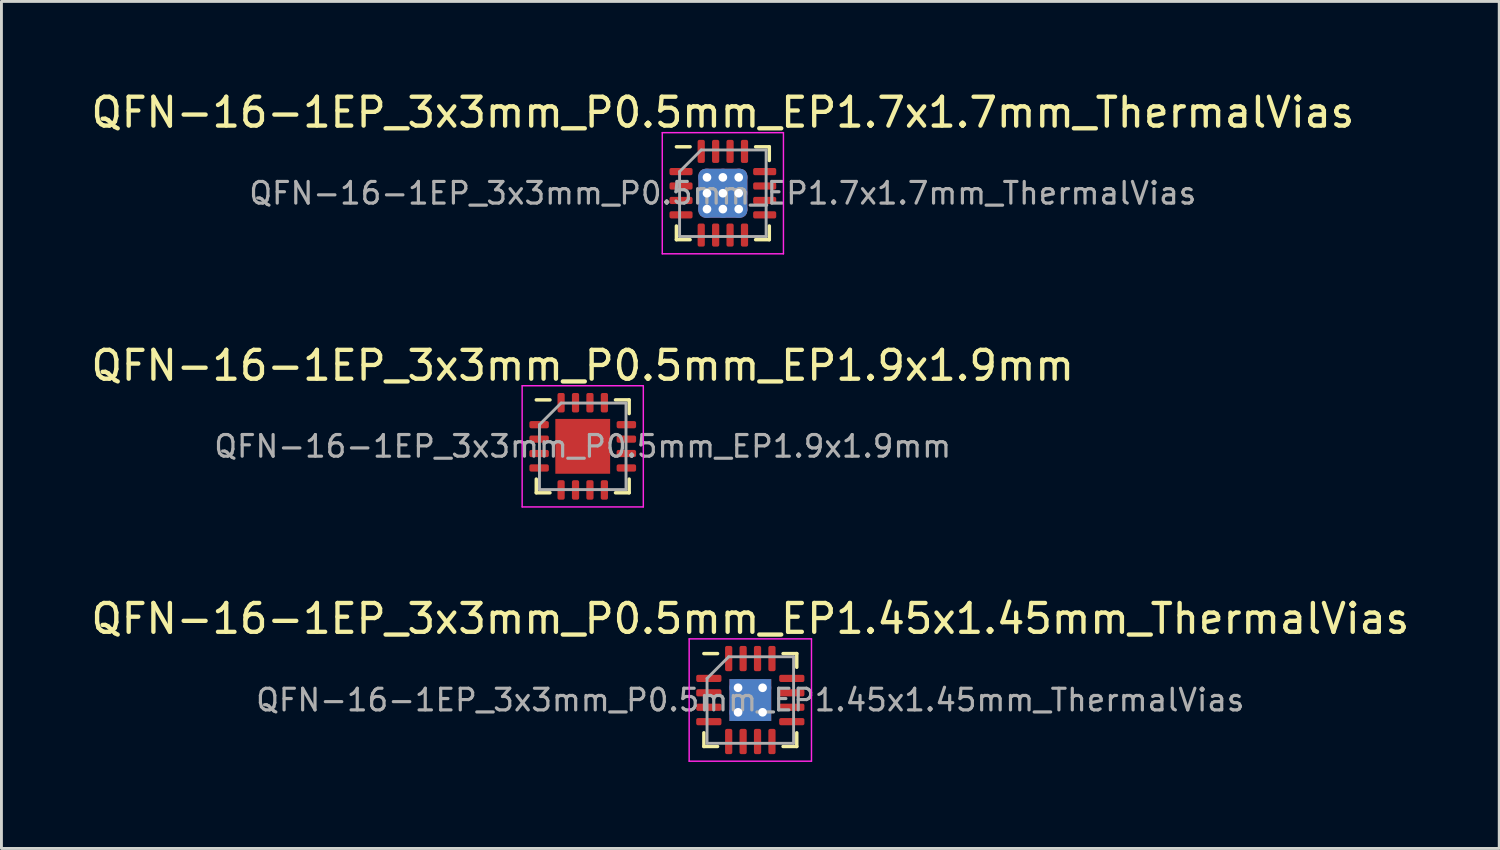
<source format=kicad_pcb>
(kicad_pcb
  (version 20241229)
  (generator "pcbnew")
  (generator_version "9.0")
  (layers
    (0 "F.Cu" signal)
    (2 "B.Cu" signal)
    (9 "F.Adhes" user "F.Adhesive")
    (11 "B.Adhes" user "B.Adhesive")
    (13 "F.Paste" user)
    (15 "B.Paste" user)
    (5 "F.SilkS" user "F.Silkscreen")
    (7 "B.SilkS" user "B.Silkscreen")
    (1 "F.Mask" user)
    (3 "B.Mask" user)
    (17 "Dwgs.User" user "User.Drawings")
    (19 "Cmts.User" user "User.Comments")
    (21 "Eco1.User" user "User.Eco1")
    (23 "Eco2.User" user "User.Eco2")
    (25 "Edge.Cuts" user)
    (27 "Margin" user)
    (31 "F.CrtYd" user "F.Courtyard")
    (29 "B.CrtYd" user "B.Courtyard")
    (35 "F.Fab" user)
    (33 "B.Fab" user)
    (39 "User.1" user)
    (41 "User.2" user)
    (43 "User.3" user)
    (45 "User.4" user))
  (footprint "QFN-16-1EP_3x3mm_P0.5mm_EP1.7x1.7mm_ThermalVias"
    (layer "F.Cu")
    (at 22.006 3.648)
    (property "Reference" "QFN-16-1EP_3x3mm_P0.5mm_EP1.7x1.7mm_ThermalVias" (at 0 -2.8 0) (layer "F.SilkS") (effects (font (size 1 1) (thickness 0.15))))
    (attr smd)
    (fp_line (start -1.61 1.61) (end -1.61 1.135) (stroke (width 0.12) (type solid)) (layer "F.SilkS"))
    (fp_line (start -1.135 -1.61) (end -1.61 -1.61) (stroke (width 0.12) (type solid)) (layer "F.SilkS"))
    (fp_line (start -1.135 1.61) (end -1.61 1.61) (stroke (width 0.12) (type solid)) (layer "F.SilkS"))
    (fp_line (start 1.135 -1.61) (end 1.61 -1.61) (stroke (width 0.12) (type solid)) (layer "F.SilkS"))
    (fp_line (start 1.135 1.61) (end 1.61 1.61) (stroke (width 0.12) (type solid)) (layer "F.SilkS"))
    (fp_line (start 1.61 -1.61) (end 1.61 -1.135) (stroke (width 0.12) (type solid)) (layer "F.SilkS"))
    (fp_line (start 1.61 1.61) (end 1.61 1.135) (stroke (width 0.12) (type solid)) (layer "F.SilkS"))
    (fp_line (start -2.1 -2.1) (end -2.1 2.1) (stroke (width 0.05) (type solid)) (layer "F.CrtYd"))
    (fp_line (start -2.1 2.1) (end 2.1 2.1) (stroke (width 0.05) (type solid)) (layer "F.CrtYd"))
    (fp_line (start 2.1 -2.1) (end -2.1 -2.1) (stroke (width 0.05) (type solid)) (layer "F.CrtYd"))
    (fp_line (start 2.1 2.1) (end 2.1 -2.1) (stroke (width 0.05) (type solid)) (layer "F.CrtYd"))
    (fp_line (start -1.5 -0.75) (end -0.75 -1.5) (stroke (width 0.1) (type solid)) (layer "F.Fab"))
    (fp_line (start -1.5 1.5) (end -1.5 -0.75) (stroke (width 0.1) (type solid)) (layer "F.Fab"))
    (fp_line (start -0.75 -1.5) (end 1.5 -1.5) (stroke (width 0.1) (type solid)) (layer "F.Fab"))
    (fp_line (start 1.5 -1.5) (end 1.5 1.5) (stroke (width 0.1) (type solid)) (layer "F.Fab"))
    (fp_line (start 1.5 1.5) (end -1.5 1.5) (stroke (width 0.1) (type solid)) (layer "F.Fab"))
    (fp_text user "${REFERENCE}" (at 0 0 0) (layer "F.Fab") (effects (font (size 0.75 0.75) (thickness 0.11))))
    (pad "" smd roundrect (at -0.425 -0.425) (size 0.74 0.74) (layers "F.Paste") (roundrect_rratio 0.25))
    (pad "" smd roundrect (at -0.425 0.425) (size 0.74 0.74) (layers "F.Paste") (roundrect_rratio 0.25))
    (pad "" smd roundrect (at 0.425 -0.425) (size 0.74 0.74) (layers "F.Paste") (roundrect_rratio 0.25))
    (pad "" smd roundrect (at 0.425 0.425) (size 0.74 0.74) (layers "F.Paste") (roundrect_rratio 0.25))
    (pad "1" smd roundrect (at -1.45 -0.75) (size 0.8 0.25) (layers "F.Cu" "F.Mask" "F.Paste") (roundrect_rratio 0.25))
    (pad "2" smd roundrect (at -1.45 -0.25) (size 0.8 0.25) (layers "F.Cu" "F.Mask" "F.Paste") (roundrect_rratio 0.25))
    (pad "3" smd roundrect (at -1.45 0.25) (size 0.8 0.25) (layers "F.Cu" "F.Mask" "F.Paste") (roundrect_rratio 0.25))
    (pad "4" smd roundrect (at -1.45 0.75) (size 0.8 0.25) (layers "F.Cu" "F.Mask" "F.Paste") (roundrect_rratio 0.25))
    (pad "5" smd roundrect (at -0.75 1.45) (size 0.25 0.8) (layers "F.Cu" "F.Mask" "F.Paste") (roundrect_rratio 0.25))
    (pad "6" smd roundrect (at -0.25 1.45) (size 0.25 0.8) (layers "F.Cu" "F.Mask" "F.Paste") (roundrect_rratio 0.25))
    (pad "7" smd roundrect (at 0.25 1.45) (size 0.25 0.8) (layers "F.Cu" "F.Mask" "F.Paste") (roundrect_rratio 0.25))
    (pad "8" smd roundrect (at 0.75 1.45) (size 0.25 0.8) (layers "F.Cu" "F.Mask" "F.Paste") (roundrect_rratio 0.25))
    (pad "9" smd roundrect (at 1.45 0.75) (size 0.8 0.25) (layers "F.Cu" "F.Mask" "F.Paste") (roundrect_rratio 0.25))
    (pad "10" smd roundrect (at 1.45 0.25) (size 0.8 0.25) (layers "F.Cu" "F.Mask" "F.Paste") (roundrect_rratio 0.25))
    (pad "11" smd roundrect (at 1.45 -0.25) (size 0.8 0.25) (layers "F.Cu" "F.Mask" "F.Paste") (roundrect_rratio 0.25))
    (pad "12" smd roundrect (at 1.45 -0.75) (size 0.8 0.25) (layers "F.Cu" "F.Mask" "F.Paste") (roundrect_rratio 0.25))
    (pad "13" smd roundrect (at 0.75 -1.45) (size 0.25 0.8) (layers "F.Cu" "F.Mask" "F.Paste") (roundrect_rratio 0.25))
    (pad "14" smd roundrect (at 0.25 -1.45) (size 0.25 0.8) (layers "F.Cu" "F.Mask" "F.Paste") (roundrect_rratio 0.25))
    (pad "15" smd roundrect (at -0.25 -1.45) (size 0.25 0.8) (layers "F.Cu" "F.Mask" "F.Paste") (roundrect_rratio 0.25))
    (pad "16" smd roundrect (at -0.75 -1.45) (size 0.25 0.8) (layers "F.Cu" "F.Mask" "F.Paste") (roundrect_rratio 0.25))
    (pad "17" thru_hole circle (at -0.55 -0.55) (size 0.6 0.6) (drill 0.3) (layers "*.Cu"))
    (pad "17" thru_hole circle (at -0.55 0) (size 0.6 0.6) (drill 0.3) (layers "*.Cu"))
    (pad "17" thru_hole circle (at -0.55 0.55) (size 0.6 0.6) (drill 0.3) (layers "*.Cu"))
    (pad "17" thru_hole circle (at 0 -0.55) (size 0.6 0.6) (drill 0.3) (layers "*.Cu"))
    (pad "17" thru_hole circle (at 0 0) (size 0.6 0.6) (drill 0.3) (layers "*.Cu"))
    (pad "17" smd roundrect (at 0 0) (size 1.7 1.7) (layers "F.Cu" "F.Mask") (roundrect_rratio 0.147))
    (pad "17" smd roundrect (at 0 0) (size 1.7 1.7) (layers "B.Cu") (roundrect_rratio 0.147))
    (pad "17" thru_hole circle (at 0 0.55) (size 0.6 0.6) (drill 0.3) (layers "*.Cu"))
    (pad "17" thru_hole circle (at 0.55 -0.55) (size 0.6 0.6) (drill 0.3) (layers "*.Cu"))
    (pad "17" thru_hole circle (at 0.55 0) (size 0.6 0.6) (drill 0.3) (layers "*.Cu"))
    (pad "17" thru_hole circle (at 0.55 0.55) (size 0.6 0.6) (drill 0.3) (layers "*.Cu")))
  (footprint "QFN-16-1EP_3x3mm_P0.5mm_EP1.45x1.45mm_ThermalVias"
    (layer "F.Cu")
    (at 22.958 21.215)
    (property "Reference" "QFN-16-1EP_3x3mm_P0.5mm_EP1.45x1.45mm_ThermalVias" (at 0 -2.82 0) (layer "F.SilkS") (effects (font (size 1 1) (thickness 0.15))))
    (attr smd)
    (fp_line (start -1.61 1.61) (end -1.61 1.135) (stroke (width 0.12) (type solid)) (layer "F.SilkS"))
    (fp_line (start -1.135 -1.61) (end -1.61 -1.61) (stroke (width 0.12) (type solid)) (layer "F.SilkS"))
    (fp_line (start -1.135 1.61) (end -1.61 1.61) (stroke (width 0.12) (type solid)) (layer "F.SilkS"))
    (fp_line (start 1.135 -1.61) (end 1.61 -1.61) (stroke (width 0.12) (type solid)) (layer "F.SilkS"))
    (fp_line (start 1.135 1.61) (end 1.61 1.61) (stroke (width 0.12) (type solid)) (layer "F.SilkS"))
    (fp_line (start 1.61 -1.61) (end 1.61 -1.135) (stroke (width 0.12) (type solid)) (layer "F.SilkS"))
    (fp_line (start 1.61 1.61) (end 1.61 1.135) (stroke (width 0.12) (type solid)) (layer "F.SilkS"))
    (fp_line (start -2.12 -2.12) (end -2.12 2.12) (stroke (width 0.05) (type solid)) (layer "F.CrtYd"))
    (fp_line (start -2.12 2.12) (end 2.12 2.12) (stroke (width 0.05) (type solid)) (layer "F.CrtYd"))
    (fp_line (start 2.12 -2.12) (end -2.12 -2.12) (stroke (width 0.05) (type solid)) (layer "F.CrtYd"))
    (fp_line (start 2.12 2.12) (end 2.12 -2.12) (stroke (width 0.05) (type solid)) (layer "F.CrtYd"))
    (fp_line (start -1.5 -0.75) (end -0.75 -1.5) (stroke (width 0.1) (type solid)) (layer "F.Fab"))
    (fp_line (start -1.5 1.5) (end -1.5 -0.75) (stroke (width 0.1) (type solid)) (layer "F.Fab"))
    (fp_line (start -0.75 -1.5) (end 1.5 -1.5) (stroke (width 0.1) (type solid)) (layer "F.Fab"))
    (fp_line (start 1.5 -1.5) (end 1.5 1.5) (stroke (width 0.1) (type solid)) (layer "F.Fab"))
    (fp_line (start 1.5 1.5) (end -1.5 1.5) (stroke (width 0.1) (type solid)) (layer "F.Fab"))
    (fp_text user "${REFERENCE}" (at 0 0 0) (layer "F.Fab") (effects (font (size 0.75 0.75) (thickness 0.11))))
    (pad "" smd roundrect (at -0.36 -0.36) (size 0.63 0.63) (layers "F.Paste") (roundrect_rratio 0.25))
    (pad "" smd roundrect (at -0.36 0.36) (size 0.63 0.63) (layers "F.Paste") (roundrect_rratio 0.25))
    (pad "" smd roundrect (at 0.36 -0.36) (size 0.63 0.63) (layers "F.Paste") (roundrect_rratio 0.25))
    (pad "" smd roundrect (at 0.36 0.36) (size 0.63 0.63) (layers "F.Paste") (roundrect_rratio 0.25))
    (pad "1" smd roundrect (at -1.438 -0.75) (size 0.875 0.25) (layers "F.Cu" "F.Mask" "F.Paste") (roundrect_rratio 0.25))
    (pad "2" smd roundrect (at -1.438 -0.25) (size 0.875 0.25) (layers "F.Cu" "F.Mask" "F.Paste") (roundrect_rratio 0.25))
    (pad "3" smd roundrect (at -1.438 0.25) (size 0.875 0.25) (layers "F.Cu" "F.Mask" "F.Paste") (roundrect_rratio 0.25))
    (pad "4" smd roundrect (at -1.438 0.75) (size 0.875 0.25) (layers "F.Cu" "F.Mask" "F.Paste") (roundrect_rratio 0.25))
    (pad "5" smd roundrect (at -0.75 1.438) (size 0.25 0.875) (layers "F.Cu" "F.Mask" "F.Paste") (roundrect_rratio 0.25))
    (pad "6" smd roundrect (at -0.25 1.438) (size 0.25 0.875) (layers "F.Cu" "F.Mask" "F.Paste") (roundrect_rratio 0.25))
    (pad "7" smd roundrect (at 0.25 1.438) (size 0.25 0.875) (layers "F.Cu" "F.Mask" "F.Paste") (roundrect_rratio 0.25))
    (pad "8" smd roundrect (at 0.75 1.438) (size 0.25 0.875) (layers "F.Cu" "F.Mask" "F.Paste") (roundrect_rratio 0.25))
    (pad "9" smd roundrect (at 1.438 0.75) (size 0.875 0.25) (layers "F.Cu" "F.Mask" "F.Paste") (roundrect_rratio 0.25))
    (pad "10" smd roundrect (at 1.438 0.25) (size 0.875 0.25) (layers "F.Cu" "F.Mask" "F.Paste") (roundrect_rratio 0.25))
    (pad "11" smd roundrect (at 1.438 -0.25) (size 0.875 0.25) (layers "F.Cu" "F.Mask" "F.Paste") (roundrect_rratio 0.25))
    (pad "12" smd roundrect (at 1.438 -0.75) (size 0.875 0.25) (layers "F.Cu" "F.Mask" "F.Paste") (roundrect_rratio 0.25))
    (pad "13" smd roundrect (at 0.75 -1.438) (size 0.25 0.875) (layers "F.Cu" "F.Mask" "F.Paste") (roundrect_rratio 0.25))
    (pad "14" smd roundrect (at 0.25 -1.438) (size 0.25 0.875) (layers "F.Cu" "F.Mask" "F.Paste") (roundrect_rratio 0.25))
    (pad "15" smd roundrect (at -0.25 -1.438) (size 0.25 0.875) (layers "F.Cu" "F.Mask" "F.Paste") (roundrect_rratio 0.25))
    (pad "16" smd roundrect (at -0.75 -1.438) (size 0.25 0.875) (layers "F.Cu" "F.Mask" "F.Paste") (roundrect_rratio 0.25))
    (pad "17" thru_hole circle (at -0.425 -0.425) (size 0.6 0.6) (drill 0.3) (layers "*.Cu"))
    (pad "17" thru_hole circle (at -0.425 0.425) (size 0.6 0.6) (drill 0.3) (layers "*.Cu"))
    (pad "17" smd rect (at 0 0) (size 1.45 1.45) (layers "F.Cu" "F.Mask"))
    (pad "17" smd rect (at 0 0) (size 1.45 1.45) (layers "B.Cu"))
    (pad "17" thru_hole circle (at 0.425 -0.425) (size 0.6 0.6) (drill 0.3) (layers "*.Cu"))
    (pad "17" thru_hole circle (at 0.425 0.425) (size 0.6 0.6) (drill 0.3) (layers "*.Cu")))
  (footprint "QFN-16-1EP_3x3mm_P0.5mm_EP1.9x1.9mm"
    (layer "F.Cu")
    (at 17.149 12.421)
    (property "Reference" "QFN-16-1EP_3x3mm_P0.5mm_EP1.9x1.9mm" (at 0 -2.8 0) (layer "F.SilkS") (effects (font (size 1 1) (thickness 0.15))))
    (attr smd)
    (fp_line (start -1.61 1.61) (end -1.61 1.135) (stroke (width 0.12) (type solid)) (layer "F.SilkS"))
    (fp_line (start -1.135 -1.61) (end -1.61 -1.61) (stroke (width 0.12) (type solid)) (layer "F.SilkS"))
    (fp_line (start -1.135 1.61) (end -1.61 1.61) (stroke (width 0.12) (type solid)) (layer "F.SilkS"))
    (fp_line (start 1.135 -1.61) (end 1.61 -1.61) (stroke (width 0.12) (type solid)) (layer "F.SilkS"))
    (fp_line (start 1.135 1.61) (end 1.61 1.61) (stroke (width 0.12) (type solid)) (layer "F.SilkS"))
    (fp_line (start 1.61 -1.61) (end 1.61 -1.135) (stroke (width 0.12) (type solid)) (layer "F.SilkS"))
    (fp_line (start 1.61 1.61) (end 1.61 1.135) (stroke (width 0.12) (type solid)) (layer "F.SilkS"))
    (fp_line (start -2.1 -2.1) (end -2.1 2.1) (stroke (width 0.05) (type solid)) (layer "F.CrtYd"))
    (fp_line (start -2.1 2.1) (end 2.1 2.1) (stroke (width 0.05) (type solid)) (layer "F.CrtYd"))
    (fp_line (start 2.1 -2.1) (end -2.1 -2.1) (stroke (width 0.05) (type solid)) (layer "F.CrtYd"))
    (fp_line (start 2.1 2.1) (end 2.1 -2.1) (stroke (width 0.05) (type solid)) (layer "F.CrtYd"))
    (fp_line (start -1.5 -0.75) (end -0.75 -1.5) (stroke (width 0.1) (type solid)) (layer "F.Fab"))
    (fp_line (start -1.5 1.5) (end -1.5 -0.75) (stroke (width 0.1) (type solid)) (layer "F.Fab"))
    (fp_line (start -0.75 -1.5) (end 1.5 -1.5) (stroke (width 0.1) (type solid)) (layer "F.Fab"))
    (fp_line (start 1.5 -1.5) (end 1.5 1.5) (stroke (width 0.1) (type solid)) (layer "F.Fab"))
    (fp_line (start 1.5 1.5) (end -1.5 1.5) (stroke (width 0.1) (type solid)) (layer "F.Fab"))
    (fp_text user "${REFERENCE}" (at 0 0 0) (layer "F.Fab") (effects (font (size 0.75 0.75) (thickness 0.11))))
    (pad "" smd roundrect (at -0.475 -0.475) (size 0.77 0.77) (layers "F.Paste") (roundrect_rratio 0.25))
    (pad "" smd roundrect (at -0.475 0.475) (size 0.77 0.77) (layers "F.Paste") (roundrect_rratio 0.25))
    (pad "" smd roundrect (at 0.475 -0.475) (size 0.77 0.77) (layers "F.Paste") (roundrect_rratio 0.25))
    (pad "" smd roundrect (at 0.475 0.475) (size 0.77 0.77) (layers "F.Paste") (roundrect_rratio 0.25))
    (pad "1" smd roundrect (at -1.512 -0.75) (size 0.675 0.25) (layers "F.Cu" "F.Mask" "F.Paste") (roundrect_rratio 0.25))
    (pad "2" smd roundrect (at -1.512 -0.25) (size 0.675 0.25) (layers "F.Cu" "F.Mask" "F.Paste") (roundrect_rratio 0.25))
    (pad "3" smd roundrect (at -1.512 0.25) (size 0.675 0.25) (layers "F.Cu" "F.Mask" "F.Paste") (roundrect_rratio 0.25))
    (pad "4" smd roundrect (at -1.512 0.75) (size 0.675 0.25) (layers "F.Cu" "F.Mask" "F.Paste") (roundrect_rratio 0.25))
    (pad "5" smd roundrect (at -0.75 1.512) (size 0.25 0.675) (layers "F.Cu" "F.Mask" "F.Paste") (roundrect_rratio 0.25))
    (pad "6" smd roundrect (at -0.25 1.512) (size 0.25 0.675) (layers "F.Cu" "F.Mask" "F.Paste") (roundrect_rratio 0.25))
    (pad "7" smd roundrect (at 0.25 1.512) (size 0.25 0.675) (layers "F.Cu" "F.Mask" "F.Paste") (roundrect_rratio 0.25))
    (pad "8" smd roundrect (at 0.75 1.512) (size 0.25 0.675) (layers "F.Cu" "F.Mask" "F.Paste") (roundrect_rratio 0.25))
    (pad "9" smd roundrect (at 1.512 0.75) (size 0.675 0.25) (layers "F.Cu" "F.Mask" "F.Paste") (roundrect_rratio 0.25))
    (pad "10" smd roundrect (at 1.512 0.25) (size 0.675 0.25) (layers "F.Cu" "F.Mask" "F.Paste") (roundrect_rratio 0.25))
    (pad "11" smd roundrect (at 1.512 -0.25) (size 0.675 0.25) (layers "F.Cu" "F.Mask" "F.Paste") (roundrect_rratio 0.25))
    (pad "12" smd roundrect (at 1.512 -0.75) (size 0.675 0.25) (layers "F.Cu" "F.Mask" "F.Paste") (roundrect_rratio 0.25))
    (pad "13" smd roundrect (at 0.75 -1.512) (size 0.25 0.675) (layers "F.Cu" "F.Mask" "F.Paste") (roundrect_rratio 0.25))
    (pad "14" smd roundrect (at 0.25 -1.512) (size 0.25 0.675) (layers "F.Cu" "F.Mask" "F.Paste") (roundrect_rratio 0.25))
    (pad "15" smd roundrect (at -0.25 -1.512) (size 0.25 0.675) (layers "F.Cu" "F.Mask" "F.Paste") (roundrect_rratio 0.25))
    (pad "16" smd roundrect (at -0.75 -1.512) (size 0.25 0.675) (layers "F.Cu" "F.Mask" "F.Paste") (roundrect_rratio 0.25))
    (pad "17" smd rect (at 0 0) (size 1.9 1.9) (layers "F.Cu" "F.Mask")))
  (gr_rect
    (start -3 -3)
    (end 48.917 26.36)
    (stroke (width 0.1) (type default))
    (fill no)
    (layer "Edge.Cuts")))
</source>
